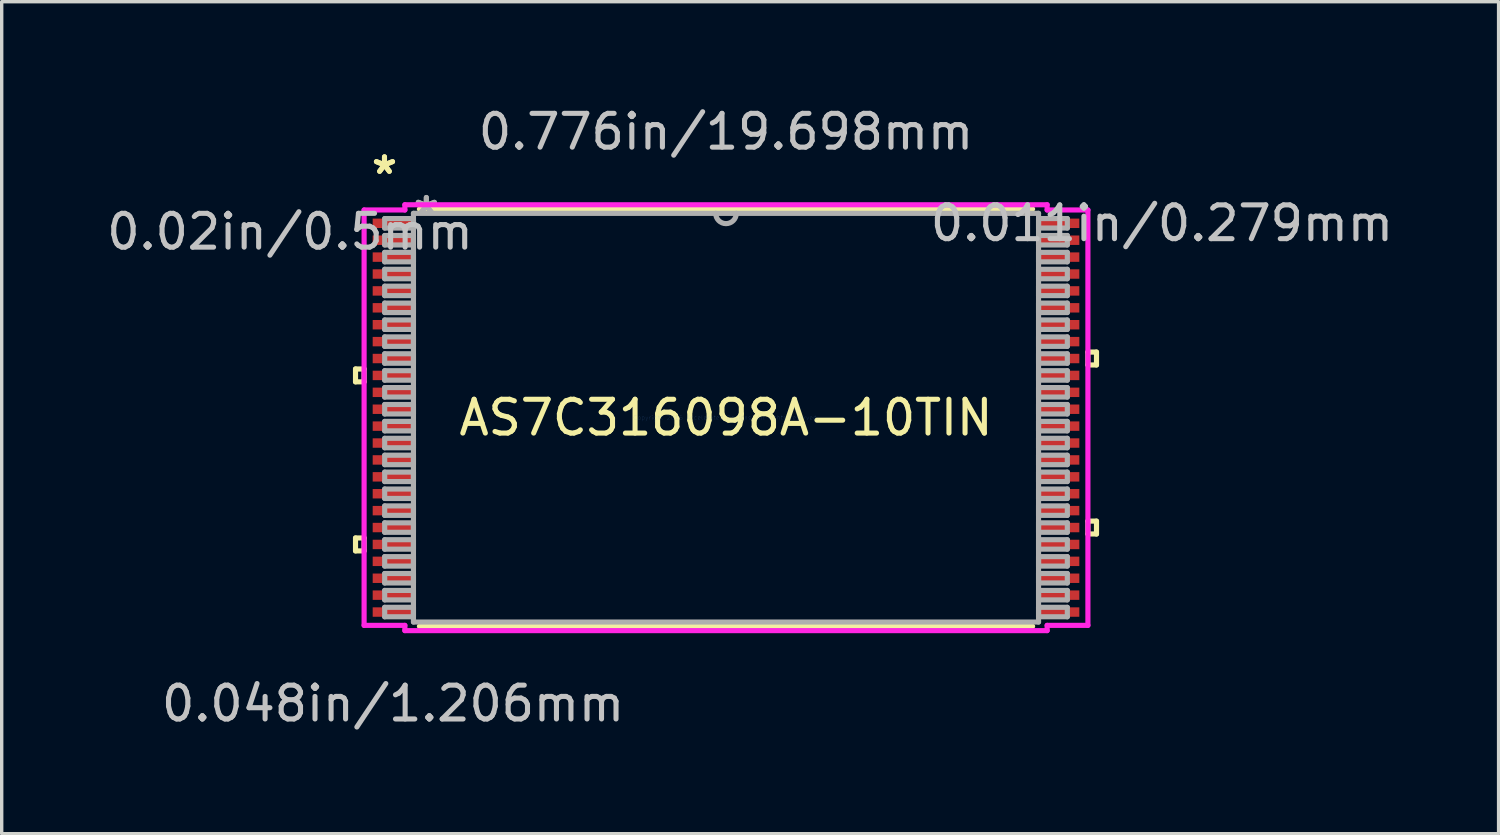
<source format=kicad_pcb>
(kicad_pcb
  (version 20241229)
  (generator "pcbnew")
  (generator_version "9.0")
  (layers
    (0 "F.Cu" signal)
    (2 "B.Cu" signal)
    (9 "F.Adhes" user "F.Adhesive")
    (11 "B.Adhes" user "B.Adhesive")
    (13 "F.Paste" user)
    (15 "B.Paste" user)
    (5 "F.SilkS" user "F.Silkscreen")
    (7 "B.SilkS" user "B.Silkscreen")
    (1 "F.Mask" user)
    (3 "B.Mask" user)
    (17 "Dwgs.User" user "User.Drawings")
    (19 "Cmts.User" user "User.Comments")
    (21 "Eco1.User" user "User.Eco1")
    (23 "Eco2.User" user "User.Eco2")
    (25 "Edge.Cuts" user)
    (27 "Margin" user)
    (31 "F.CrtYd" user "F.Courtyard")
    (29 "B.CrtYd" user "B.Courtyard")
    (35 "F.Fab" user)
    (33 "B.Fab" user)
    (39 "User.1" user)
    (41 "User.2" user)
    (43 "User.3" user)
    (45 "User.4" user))
  (footprint "AS7C316098A-10TIN"
    (layer "F.Cu")
    (at 18.427 9.306)
    (property "Reference" "AS7C316098A-10TIN" (at 0 0 0) (layer "F.SilkS") (effects (font (size 1 1) (thickness 0.15))))
    (attr through_hole)
    (fp_line (start -10.96 -1.44) (end -10.96 -1.06) (stroke (width 0.152) (type solid)) (layer "F.SilkS"))
    (fp_line (start -10.96 -1.06) (end -10.706 -1.06) (stroke (width 0.152) (type solid)) (layer "F.SilkS"))
    (fp_line (start -10.96 3.559) (end -10.96 3.941) (stroke (width 0.152) (type solid)) (layer "F.SilkS"))
    (fp_line (start -10.96 3.941) (end -10.706 3.941) (stroke (width 0.152) (type solid)) (layer "F.SilkS"))
    (fp_line (start -10.706 -1.44) (end -10.96 -1.44) (stroke (width 0.152) (type solid)) (layer "F.SilkS"))
    (fp_line (start -10.706 -1.06) (end -10.706 -1.44) (stroke (width 0.152) (type solid)) (layer "F.SilkS"))
    (fp_line (start -10.706 3.559) (end -10.96 3.559) (stroke (width 0.152) (type solid)) (layer "F.SilkS"))
    (fp_line (start -10.706 3.941) (end -10.706 3.559) (stroke (width 0.152) (type solid)) (layer "F.SilkS"))
    (fp_line (start -9.07 6.172) (end 9.07 6.172) (stroke (width 0.152) (type solid)) (layer "F.SilkS"))
    (fp_line (start 9.07 -6.172) (end -9.07 -6.172) (stroke (width 0.152) (type solid)) (layer "F.SilkS"))
    (fp_line (start 10.706 -1.941) (end 10.96 -1.941) (stroke (width 0.152) (type solid)) (layer "F.SilkS"))
    (fp_line (start 10.706 -1.56) (end 10.706 -1.941) (stroke (width 0.152) (type solid)) (layer "F.SilkS"))
    (fp_line (start 10.706 3.06) (end 10.96 3.06) (stroke (width 0.152) (type solid)) (layer "F.SilkS"))
    (fp_line (start 10.706 3.441) (end 10.706 3.06) (stroke (width 0.152) (type solid)) (layer "F.SilkS"))
    (fp_line (start 10.96 -1.941) (end 10.96 -1.56) (stroke (width 0.152) (type solid)) (layer "F.SilkS"))
    (fp_line (start 10.96 -1.56) (end 10.706 -1.56) (stroke (width 0.152) (type solid)) (layer "F.SilkS"))
    (fp_line (start 10.96 3.06) (end 10.96 3.441) (stroke (width 0.152) (type solid)) (layer "F.SilkS"))
    (fp_line (start 10.96 3.441) (end 10.706 3.441) (stroke (width 0.152) (type solid)) (layer "F.SilkS"))
    (fp_line (start -10.706 -6.144) (end -9.5 -6.144) (stroke (width 0.152) (type solid)) (layer "F.CrtYd"))
    (fp_line (start -10.706 6.144) (end -10.706 -6.144) (stroke (width 0.152) (type solid)) (layer "F.CrtYd"))
    (fp_line (start -9.5 -6.299) (end 9.5 -6.299) (stroke (width 0.152) (type solid)) (layer "F.CrtYd"))
    (fp_line (start -9.5 -6.144) (end -9.5 -6.299) (stroke (width 0.152) (type solid)) (layer "F.CrtYd"))
    (fp_line (start -9.5 6.144) (end -10.706 6.144) (stroke (width 0.152) (type solid)) (layer "F.CrtYd"))
    (fp_line (start -9.5 6.299) (end -9.5 6.144) (stroke (width 0.152) (type solid)) (layer "F.CrtYd"))
    (fp_line (start 9.5 -6.299) (end 9.5 -6.144) (stroke (width 0.152) (type solid)) (layer "F.CrtYd"))
    (fp_line (start 9.5 -6.144) (end 10.706 -6.144) (stroke (width 0.152) (type solid)) (layer "F.CrtYd"))
    (fp_line (start 9.5 6.144) (end 9.5 6.299) (stroke (width 0.152) (type solid)) (layer "F.CrtYd"))
    (fp_line (start 9.5 6.299) (end -9.5 6.299) (stroke (width 0.152) (type solid)) (layer "F.CrtYd"))
    (fp_line (start 10.706 -6.144) (end 10.706 6.144) (stroke (width 0.152) (type solid)) (layer "F.CrtYd"))
    (fp_line (start 10.706 6.144) (end 9.5 6.144) (stroke (width 0.152) (type solid)) (layer "F.CrtYd"))
    (fp_line (start -10.097 -5.89) (end -10.097 -5.61) (stroke (width 0.152) (type solid)) (layer "F.Fab"))
    (fp_line (start -10.097 -5.61) (end -9.246 -5.61) (stroke (width 0.152) (type solid)) (layer "F.Fab"))
    (fp_line (start -10.097 -5.39) (end -10.097 -5.11) (stroke (width 0.152) (type solid)) (layer "F.Fab"))
    (fp_line (start -10.097 -5.11) (end -9.246 -5.11) (stroke (width 0.152) (type solid)) (layer "F.Fab"))
    (fp_line (start -10.097 -4.89) (end -10.097 -4.61) (stroke (width 0.152) (type solid)) (layer "F.Fab"))
    (fp_line (start -10.097 -4.61) (end -9.246 -4.61) (stroke (width 0.152) (type solid)) (layer "F.Fab"))
    (fp_line (start -10.097 -4.39) (end -10.097 -4.11) (stroke (width 0.152) (type solid)) (layer "F.Fab"))
    (fp_line (start -10.097 -4.11) (end -9.246 -4.11) (stroke (width 0.152) (type solid)) (layer "F.Fab"))
    (fp_line (start -10.097 -3.89) (end -10.097 -3.61) (stroke (width 0.152) (type solid)) (layer "F.Fab"))
    (fp_line (start -10.097 -3.61) (end -9.246 -3.61) (stroke (width 0.152) (type solid)) (layer "F.Fab"))
    (fp_line (start -10.097 -3.39) (end -10.097 -3.11) (stroke (width 0.152) (type solid)) (layer "F.Fab"))
    (fp_line (start -10.097 -3.11) (end -9.246 -3.11) (stroke (width 0.152) (type solid)) (layer "F.Fab"))
    (fp_line (start -10.097 -2.89) (end -10.097 -2.61) (stroke (width 0.152) (type solid)) (layer "F.Fab"))
    (fp_line (start -10.097 -2.61) (end -9.246 -2.61) (stroke (width 0.152) (type solid)) (layer "F.Fab"))
    (fp_line (start -10.097 -2.39) (end -10.097 -2.11) (stroke (width 0.152) (type solid)) (layer "F.Fab"))
    (fp_line (start -10.097 -2.11) (end -9.246 -2.11) (stroke (width 0.152) (type solid)) (layer "F.Fab"))
    (fp_line (start -10.097 -1.89) (end -10.097 -1.61) (stroke (width 0.152) (type solid)) (layer "F.Fab"))
    (fp_line (start -10.097 -1.61) (end -9.246 -1.61) (stroke (width 0.152) (type solid)) (layer "F.Fab"))
    (fp_line (start -10.097 -1.39) (end -10.097 -1.11) (stroke (width 0.152) (type solid)) (layer "F.Fab"))
    (fp_line (start -10.097 -1.11) (end -9.246 -1.11) (stroke (width 0.152) (type solid)) (layer "F.Fab"))
    (fp_line (start -10.097 -0.89) (end -10.097 -0.61) (stroke (width 0.152) (type solid)) (layer "F.Fab"))
    (fp_line (start -10.097 -0.61) (end -9.246 -0.61) (stroke (width 0.152) (type solid)) (layer "F.Fab"))
    (fp_line (start -10.097 -0.39) (end -10.097 -0.11) (stroke (width 0.152) (type solid)) (layer "F.Fab"))
    (fp_line (start -10.097 -0.11) (end -9.246 -0.11) (stroke (width 0.152) (type solid)) (layer "F.Fab"))
    (fp_line (start -10.097 0.11) (end -10.097 0.39) (stroke (width 0.152) (type solid)) (layer "F.Fab"))
    (fp_line (start -10.097 0.39) (end -9.246 0.39) (stroke (width 0.152) (type solid)) (layer "F.Fab"))
    (fp_line (start -10.097 0.61) (end -10.097 0.89) (stroke (width 0.152) (type solid)) (layer "F.Fab"))
    (fp_line (start -10.097 0.89) (end -9.246 0.89) (stroke (width 0.152) (type solid)) (layer "F.Fab"))
    (fp_line (start -10.097 1.11) (end -10.097 1.39) (stroke (width 0.152) (type solid)) (layer "F.Fab"))
    (fp_line (start -10.097 1.39) (end -9.246 1.39) (stroke (width 0.152) (type solid)) (layer "F.Fab"))
    (fp_line (start -10.097 1.61) (end -10.097 1.89) (stroke (width 0.152) (type solid)) (layer "F.Fab"))
    (fp_line (start -10.097 1.89) (end -9.246 1.89) (stroke (width 0.152) (type solid)) (layer "F.Fab"))
    (fp_line (start -10.097 2.11) (end -10.097 2.39) (stroke (width 0.152) (type solid)) (layer "F.Fab"))
    (fp_line (start -10.097 2.39) (end -9.246 2.39) (stroke (width 0.152) (type solid)) (layer "F.Fab"))
    (fp_line (start -10.097 2.61) (end -10.097 2.89) (stroke (width 0.152) (type solid)) (layer "F.Fab"))
    (fp_line (start -10.097 2.89) (end -9.246 2.89) (stroke (width 0.152) (type solid)) (layer "F.Fab"))
    (fp_line (start -10.097 3.11) (end -10.097 3.39) (stroke (width 0.152) (type solid)) (layer "F.Fab"))
    (fp_line (start -10.097 3.39) (end -9.246 3.39) (stroke (width 0.152) (type solid)) (layer "F.Fab"))
    (fp_line (start -10.097 3.61) (end -10.097 3.89) (stroke (width 0.152) (type solid)) (layer "F.Fab"))
    (fp_line (start -10.097 3.89) (end -9.246 3.89) (stroke (width 0.152) (type solid)) (layer "F.Fab"))
    (fp_line (start -10.097 4.11) (end -10.097 4.39) (stroke (width 0.152) (type solid)) (layer "F.Fab"))
    (fp_line (start -10.097 4.39) (end -9.246 4.39) (stroke (width 0.152) (type solid)) (layer "F.Fab"))
    (fp_line (start -10.097 4.61) (end -10.097 4.89) (stroke (width 0.152) (type solid)) (layer "F.Fab"))
    (fp_line (start -10.097 4.89) (end -9.246 4.89) (stroke (width 0.152) (type solid)) (layer "F.Fab"))
    (fp_line (start -10.097 5.11) (end -10.097 5.39) (stroke (width 0.152) (type solid)) (layer "F.Fab"))
    (fp_line (start -10.097 5.39) (end -9.246 5.39) (stroke (width 0.152) (type solid)) (layer "F.Fab"))
    (fp_line (start -10.097 5.61) (end -10.097 5.89) (stroke (width 0.152) (type solid)) (layer "F.Fab"))
    (fp_line (start -10.097 5.89) (end -9.246 5.89) (stroke (width 0.152) (type solid)) (layer "F.Fab"))
    (fp_line (start -9.246 -6.045) (end -9.246 6.045) (stroke (width 0.152) (type solid)) (layer "F.Fab"))
    (fp_line (start -9.246 -5.89) (end -10.097 -5.89) (stroke (width 0.152) (type solid)) (layer "F.Fab"))
    (fp_line (start -9.246 -5.61) (end -9.246 -5.89) (stroke (width 0.152) (type solid)) (layer "F.Fab"))
    (fp_line (start -9.246 -5.39) (end -10.097 -5.39) (stroke (width 0.152) (type solid)) (layer "F.Fab"))
    (fp_line (start -9.246 -5.11) (end -9.246 -5.39) (stroke (width 0.152) (type solid)) (layer "F.Fab"))
    (fp_line (start -9.246 -4.89) (end -10.097 -4.89) (stroke (width 0.152) (type solid)) (layer "F.Fab"))
    (fp_line (start -9.246 -4.61) (end -9.246 -4.89) (stroke (width 0.152) (type solid)) (layer "F.Fab"))
    (fp_line (start -9.246 -4.39) (end -10.097 -4.39) (stroke (width 0.152) (type solid)) (layer "F.Fab"))
    (fp_line (start -9.246 -4.11) (end -9.246 -4.39) (stroke (width 0.152) (type solid)) (layer "F.Fab"))
    (fp_line (start -9.246 -3.89) (end -10.097 -3.89) (stroke (width 0.152) (type solid)) (layer "F.Fab"))
    (fp_line (start -9.246 -3.61) (end -9.246 -3.89) (stroke (width 0.152) (type solid)) (layer "F.Fab"))
    (fp_line (start -9.246 -3.39) (end -10.097 -3.39) (stroke (width 0.152) (type solid)) (layer "F.Fab"))
    (fp_line (start -9.246 -3.11) (end -9.246 -3.39) (stroke (width 0.152) (type solid)) (layer "F.Fab"))
    (fp_line (start -9.246 -2.89) (end -10.097 -2.89) (stroke (width 0.152) (type solid)) (layer "F.Fab"))
    (fp_line (start -9.246 -2.61) (end -9.246 -2.89) (stroke (width 0.152) (type solid)) (layer "F.Fab"))
    (fp_line (start -9.246 -2.39) (end -10.097 -2.39) (stroke (width 0.152) (type solid)) (layer "F.Fab"))
    (fp_line (start -9.246 -2.11) (end -9.246 -2.39) (stroke (width 0.152) (type solid)) (layer "F.Fab"))
    (fp_line (start -9.246 -1.89) (end -10.097 -1.89) (stroke (width 0.152) (type solid)) (layer "F.Fab"))
    (fp_line (start -9.246 -1.61) (end -9.246 -1.89) (stroke (width 0.152) (type solid)) (layer "F.Fab"))
    (fp_line (start -9.246 -1.39) (end -10.097 -1.39) (stroke (width 0.152) (type solid)) (layer "F.Fab"))
    (fp_line (start -9.246 -1.11) (end -9.246 -1.39) (stroke (width 0.152) (type solid)) (layer "F.Fab"))
    (fp_line (start -9.246 -0.89) (end -10.097 -0.89) (stroke (width 0.152) (type solid)) (layer "F.Fab"))
    (fp_line (start -9.246 -0.61) (end -9.246 -0.89) (stroke (width 0.152) (type solid)) (layer "F.Fab"))
    (fp_line (start -9.246 -0.39) (end -10.097 -0.39) (stroke (width 0.152) (type solid)) (layer "F.Fab"))
    (fp_line (start -9.246 -0.11) (end -9.246 -0.39) (stroke (width 0.152) (type solid)) (layer "F.Fab"))
    (fp_line (start -9.246 0.11) (end -10.097 0.11) (stroke (width 0.152) (type solid)) (layer "F.Fab"))
    (fp_line (start -9.246 0.39) (end -9.246 0.11) (stroke (width 0.152) (type solid)) (layer "F.Fab"))
    (fp_line (start -9.246 0.61) (end -10.097 0.61) (stroke (width 0.152) (type solid)) (layer "F.Fab"))
    (fp_line (start -9.246 0.89) (end -9.246 0.61) (stroke (width 0.152) (type solid)) (layer "F.Fab"))
    (fp_line (start -9.246 1.11) (end -10.097 1.11) (stroke (width 0.152) (type solid)) (layer "F.Fab"))
    (fp_line (start -9.246 1.39) (end -9.246 1.11) (stroke (width 0.152) (type solid)) (layer "F.Fab"))
    (fp_line (start -9.246 1.61) (end -10.097 1.61) (stroke (width 0.152) (type solid)) (layer "F.Fab"))
    (fp_line (start -9.246 1.89) (end -9.246 1.61) (stroke (width 0.152) (type solid)) (layer "F.Fab"))
    (fp_line (start -9.246 2.11) (end -10.097 2.11) (stroke (width 0.152) (type solid)) (layer "F.Fab"))
    (fp_line (start -9.246 2.39) (end -9.246 2.11) (stroke (width 0.152) (type solid)) (layer "F.Fab"))
    (fp_line (start -9.246 2.61) (end -10.097 2.61) (stroke (width 0.152) (type solid)) (layer "F.Fab"))
    (fp_line (start -9.246 2.89) (end -9.246 2.61) (stroke (width 0.152) (type solid)) (layer "F.Fab"))
    (fp_line (start -9.246 3.11) (end -10.097 3.11) (stroke (width 0.152) (type solid)) (layer "F.Fab"))
    (fp_line (start -9.246 3.39) (end -9.246 3.11) (stroke (width 0.152) (type solid)) (layer "F.Fab"))
    (fp_line (start -9.246 3.61) (end -10.097 3.61) (stroke (width 0.152) (type solid)) (layer "F.Fab"))
    (fp_line (start -9.246 3.89) (end -9.246 3.61) (stroke (width 0.152) (type solid)) (layer "F.Fab"))
    (fp_line (start -9.246 4.11) (end -10.097 4.11) (stroke (width 0.152) (type solid)) (layer "F.Fab"))
    (fp_line (start -9.246 4.39) (end -9.246 4.11) (stroke (width 0.152) (type solid)) (layer "F.Fab"))
    (fp_line (start -9.246 4.61) (end -10.097 4.61) (stroke (width 0.152) (type solid)) (layer "F.Fab"))
    (fp_line (start -9.246 4.89) (end -9.246 4.61) (stroke (width 0.152) (type solid)) (layer "F.Fab"))
    (fp_line (start -9.246 5.11) (end -10.097 5.11) (stroke (width 0.152) (type solid)) (layer "F.Fab"))
    (fp_line (start -9.246 5.39) (end -9.246 5.11) (stroke (width 0.152) (type solid)) (layer "F.Fab"))
    (fp_line (start -9.246 5.61) (end -10.097 5.61) (stroke (width 0.152) (type solid)) (layer "F.Fab"))
    (fp_line (start -9.246 5.89) (end -9.246 5.61) (stroke (width 0.152) (type solid)) (layer "F.Fab"))
    (fp_line (start -9.246 6.045) (end 9.246 6.045) (stroke (width 0.152) (type solid)) (layer "F.Fab"))
    (fp_line (start 9.246 -6.045) (end -9.246 -6.045) (stroke (width 0.152) (type solid)) (layer "F.Fab"))
    (fp_line (start 9.246 -5.89) (end 9.246 -5.61) (stroke (width 0.152) (type solid)) (layer "F.Fab"))
    (fp_line (start 9.246 -5.61) (end 10.097 -5.61) (stroke (width 0.152) (type solid)) (layer "F.Fab"))
    (fp_line (start 9.246 -5.39) (end 9.246 -5.11) (stroke (width 0.152) (type solid)) (layer "F.Fab"))
    (fp_line (start 9.246 -5.11) (end 10.097 -5.11) (stroke (width 0.152) (type solid)) (layer "F.Fab"))
    (fp_line (start 9.246 -4.89) (end 9.246 -4.61) (stroke (width 0.152) (type solid)) (layer "F.Fab"))
    (fp_line (start 9.246 -4.61) (end 10.097 -4.61) (stroke (width 0.152) (type solid)) (layer "F.Fab"))
    (fp_line (start 9.246 -4.39) (end 9.246 -4.11) (stroke (width 0.152) (type solid)) (layer "F.Fab"))
    (fp_line (start 9.246 -4.11) (end 10.097 -4.11) (stroke (width 0.152) (type solid)) (layer "F.Fab"))
    (fp_line (start 9.246 -3.89) (end 9.246 -3.61) (stroke (width 0.152) (type solid)) (layer "F.Fab"))
    (fp_line (start 9.246 -3.61) (end 10.097 -3.61) (stroke (width 0.152) (type solid)) (layer "F.Fab"))
    (fp_line (start 9.246 -3.39) (end 9.246 -3.11) (stroke (width 0.152) (type solid)) (layer "F.Fab"))
    (fp_line (start 9.246 -3.11) (end 10.097 -3.11) (stroke (width 0.152) (type solid)) (layer "F.Fab"))
    (fp_line (start 9.246 -2.89) (end 9.246 -2.61) (stroke (width 0.152) (type solid)) (layer "F.Fab"))
    (fp_line (start 9.246 -2.61) (end 10.097 -2.61) (stroke (width 0.152) (type solid)) (layer "F.Fab"))
    (fp_line (start 9.246 -2.39) (end 9.246 -2.11) (stroke (width 0.152) (type solid)) (layer "F.Fab"))
    (fp_line (start 9.246 -2.11) (end 10.097 -2.11) (stroke (width 0.152) (type solid)) (layer "F.Fab"))
    (fp_line (start 9.246 -1.89) (end 9.246 -1.61) (stroke (width 0.152) (type solid)) (layer "F.Fab"))
    (fp_line (start 9.246 -1.61) (end 10.097 -1.61) (stroke (width 0.152) (type solid)) (layer "F.Fab"))
    (fp_line (start 9.246 -1.39) (end 9.246 -1.11) (stroke (width 0.152) (type solid)) (layer "F.Fab"))
    (fp_line (start 9.246 -1.11) (end 10.097 -1.11) (stroke (width 0.152) (type solid)) (layer "F.Fab"))
    (fp_line (start 9.246 -0.89) (end 9.246 -0.61) (stroke (width 0.152) (type solid)) (layer "F.Fab"))
    (fp_line (start 9.246 -0.61) (end 10.097 -0.61) (stroke (width 0.152) (type solid)) (layer "F.Fab"))
    (fp_line (start 9.246 -0.39) (end 9.246 -0.11) (stroke (width 0.152) (type solid)) (layer "F.Fab"))
    (fp_line (start 9.246 -0.11) (end 10.097 -0.11) (stroke (width 0.152) (type solid)) (layer "F.Fab"))
    (fp_line (start 9.246 0.11) (end 9.246 0.39) (stroke (width 0.152) (type solid)) (layer "F.Fab"))
    (fp_line (start 9.246 0.39) (end 10.097 0.39) (stroke (width 0.152) (type solid)) (layer "F.Fab"))
    (fp_line (start 9.246 0.61) (end 9.246 0.89) (stroke (width 0.152) (type solid)) (layer "F.Fab"))
    (fp_line (start 9.246 0.89) (end 10.097 0.89) (stroke (width 0.152) (type solid)) (layer "F.Fab"))
    (fp_line (start 9.246 1.11) (end 9.246 1.39) (stroke (width 0.152) (type solid)) (layer "F.Fab"))
    (fp_line (start 9.246 1.39) (end 10.097 1.39) (stroke (width 0.152) (type solid)) (layer "F.Fab"))
    (fp_line (start 9.246 1.61) (end 9.246 1.89) (stroke (width 0.152) (type solid)) (layer "F.Fab"))
    (fp_line (start 9.246 1.89) (end 10.097 1.89) (stroke (width 0.152) (type solid)) (layer "F.Fab"))
    (fp_line (start 9.246 2.11) (end 9.246 2.39) (stroke (width 0.152) (type solid)) (layer "F.Fab"))
    (fp_line (start 9.246 2.39) (end 10.097 2.39) (stroke (width 0.152) (type solid)) (layer "F.Fab"))
    (fp_line (start 9.246 2.61) (end 9.246 2.89) (stroke (width 0.152) (type solid)) (layer "F.Fab"))
    (fp_line (start 9.246 2.89) (end 10.097 2.89) (stroke (width 0.152) (type solid)) (layer "F.Fab"))
    (fp_line (start 9.246 3.11) (end 9.246 3.39) (stroke (width 0.152) (type solid)) (layer "F.Fab"))
    (fp_line (start 9.246 3.39) (end 10.097 3.39) (stroke (width 0.152) (type solid)) (layer "F.Fab"))
    (fp_line (start 9.246 3.61) (end 9.246 3.89) (stroke (width 0.152) (type solid)) (layer "F.Fab"))
    (fp_line (start 9.246 3.89) (end 10.097 3.89) (stroke (width 0.152) (type solid)) (layer "F.Fab"))
    (fp_line (start 9.246 4.11) (end 9.246 4.39) (stroke (width 0.152) (type solid)) (layer "F.Fab"))
    (fp_line (start 9.246 4.39) (end 10.097 4.39) (stroke (width 0.152) (type solid)) (layer "F.Fab"))
    (fp_line (start 9.246 4.61) (end 9.246 4.89) (stroke (width 0.152) (type solid)) (layer "F.Fab"))
    (fp_line (start 9.246 4.89) (end 10.097 4.89) (stroke (width 0.152) (type solid)) (layer "F.Fab"))
    (fp_line (start 9.246 5.11) (end 9.246 5.39) (stroke (width 0.152) (type solid)) (layer "F.Fab"))
    (fp_line (start 9.246 5.39) (end 10.097 5.39) (stroke (width 0.152) (type solid)) (layer "F.Fab"))
    (fp_line (start 9.246 5.61) (end 9.246 5.89) (stroke (width 0.152) (type solid)) (layer "F.Fab"))
    (fp_line (start 9.246 5.89) (end 10.097 5.89) (stroke (width 0.152) (type solid)) (layer "F.Fab"))
    (fp_line (start 9.246 6.045) (end 9.246 -6.045) (stroke (width 0.152) (type solid)) (layer "F.Fab"))
    (fp_line (start 10.097 -5.89) (end 9.246 -5.89) (stroke (width 0.152) (type solid)) (layer "F.Fab"))
    (fp_line (start 10.097 -5.61) (end 10.097 -5.89) (stroke (width 0.152) (type solid)) (layer "F.Fab"))
    (fp_line (start 10.097 -5.39) (end 9.246 -5.39) (stroke (width 0.152) (type solid)) (layer "F.Fab"))
    (fp_line (start 10.097 -5.11) (end 10.097 -5.39) (stroke (width 0.152) (type solid)) (layer "F.Fab"))
    (fp_line (start 10.097 -4.89) (end 9.246 -4.89) (stroke (width 0.152) (type solid)) (layer "F.Fab"))
    (fp_line (start 10.097 -4.61) (end 10.097 -4.89) (stroke (width 0.152) (type solid)) (layer "F.Fab"))
    (fp_line (start 10.097 -4.39) (end 9.246 -4.39) (stroke (width 0.152) (type solid)) (layer "F.Fab"))
    (fp_line (start 10.097 -4.11) (end 10.097 -4.39) (stroke (width 0.152) (type solid)) (layer "F.Fab"))
    (fp_line (start 10.097 -3.89) (end 9.246 -3.89) (stroke (width 0.152) (type solid)) (layer "F.Fab"))
    (fp_line (start 10.097 -3.61) (end 10.097 -3.89) (stroke (width 0.152) (type solid)) (layer "F.Fab"))
    (fp_line (start 10.097 -3.39) (end 9.246 -3.39) (stroke (width 0.152) (type solid)) (layer "F.Fab"))
    (fp_line (start 10.097 -3.11) (end 10.097 -3.39) (stroke (width 0.152) (type solid)) (layer "F.Fab"))
    (fp_line (start 10.097 -2.89) (end 9.246 -2.89) (stroke (width 0.152) (type solid)) (layer "F.Fab"))
    (fp_line (start 10.097 -2.61) (end 10.097 -2.89) (stroke (width 0.152) (type solid)) (layer "F.Fab"))
    (fp_line (start 10.097 -2.39) (end 9.246 -2.39) (stroke (width 0.152) (type solid)) (layer "F.Fab"))
    (fp_line (start 10.097 -2.11) (end 10.097 -2.39) (stroke (width 0.152) (type solid)) (layer "F.Fab"))
    (fp_line (start 10.097 -1.89) (end 9.246 -1.89) (stroke (width 0.152) (type solid)) (layer "F.Fab"))
    (fp_line (start 10.097 -1.61) (end 10.097 -1.89) (stroke (width 0.152) (type solid)) (layer "F.Fab"))
    (fp_line (start 10.097 -1.39) (end 9.246 -1.39) (stroke (width 0.152) (type solid)) (layer "F.Fab"))
    (fp_line (start 10.097 -1.11) (end 10.097 -1.39) (stroke (width 0.152) (type solid)) (layer "F.Fab"))
    (fp_line (start 10.097 -0.89) (end 9.246 -0.89) (stroke (width 0.152) (type solid)) (layer "F.Fab"))
    (fp_line (start 10.097 -0.61) (end 10.097 -0.89) (stroke (width 0.152) (type solid)) (layer "F.Fab"))
    (fp_line (start 10.097 -0.39) (end 9.246 -0.39) (stroke (width 0.152) (type solid)) (layer "F.Fab"))
    (fp_line (start 10.097 -0.11) (end 10.097 -0.39) (stroke (width 0.152) (type solid)) (layer "F.Fab"))
    (fp_line (start 10.097 0.11) (end 9.246 0.11) (stroke (width 0.152) (type solid)) (layer "F.Fab"))
    (fp_line (start 10.097 0.39) (end 10.097 0.11) (stroke (width 0.152) (type solid)) (layer "F.Fab"))
    (fp_line (start 10.097 0.61) (end 9.246 0.61) (stroke (width 0.152) (type solid)) (layer "F.Fab"))
    (fp_line (start 10.097 0.89) (end 10.097 0.61) (stroke (width 0.152) (type solid)) (layer "F.Fab"))
    (fp_line (start 10.097 1.11) (end 9.246 1.11) (stroke (width 0.152) (type solid)) (layer "F.Fab"))
    (fp_line (start 10.097 1.39) (end 10.097 1.11) (stroke (width 0.152) (type solid)) (layer "F.Fab"))
    (fp_line (start 10.097 1.61) (end 9.246 1.61) (stroke (width 0.152) (type solid)) (layer "F.Fab"))
    (fp_line (start 10.097 1.89) (end 10.097 1.61) (stroke (width 0.152) (type solid)) (layer "F.Fab"))
    (fp_line (start 10.097 2.11) (end 9.246 2.11) (stroke (width 0.152) (type solid)) (layer "F.Fab"))
    (fp_line (start 10.097 2.39) (end 10.097 2.11) (stroke (width 0.152) (type solid)) (layer "F.Fab"))
    (fp_line (start 10.097 2.61) (end 9.246 2.61) (stroke (width 0.152) (type solid)) (layer "F.Fab"))
    (fp_line (start 10.097 2.89) (end 10.097 2.61) (stroke (width 0.152) (type solid)) (layer "F.Fab"))
    (fp_line (start 10.097 3.11) (end 9.246 3.11) (stroke (width 0.152) (type solid)) (layer "F.Fab"))
    (fp_line (start 10.097 3.39) (end 10.097 3.11) (stroke (width 0.152) (type solid)) (layer "F.Fab"))
    (fp_line (start 10.097 3.61) (end 9.246 3.61) (stroke (width 0.152) (type solid)) (layer "F.Fab"))
    (fp_line (start 10.097 3.89) (end 10.097 3.61) (stroke (width 0.152) (type solid)) (layer "F.Fab"))
    (fp_line (start 10.097 4.11) (end 9.246 4.11) (stroke (width 0.152) (type solid)) (layer "F.Fab"))
    (fp_line (start 10.097 4.39) (end 10.097 4.11) (stroke (width 0.152) (type solid)) (layer "F.Fab"))
    (fp_line (start 10.097 4.61) (end 9.246 4.61) (stroke (width 0.152) (type solid)) (layer "F.Fab"))
    (fp_line (start 10.097 4.89) (end 10.097 4.61) (stroke (width 0.152) (type solid)) (layer "F.Fab"))
    (fp_line (start 10.097 5.11) (end 9.246 5.11) (stroke (width 0.152) (type solid)) (layer "F.Fab"))
    (fp_line (start 10.097 5.39) (end 10.097 5.11) (stroke (width 0.152) (type solid)) (layer "F.Fab"))
    (fp_line (start 10.097 5.61) (end 9.246 5.61) (stroke (width 0.152) (type solid)) (layer "F.Fab"))
    (fp_line (start 10.097 5.89) (end 10.097 5.61) (stroke (width 0.152) (type solid)) (layer "F.Fab"))
    (fp_arc (start 0.3048 -6.0452) (mid 0 -5.7404) (end -0.3048 -6.0452) (stroke (width 0.1524) (type solid)) (layer "F.Fab"))
    (fp_text user "*" (at -10.103 -7.172 0) (layer "F.SilkS") (effects (font (size 1 1) (thickness 0.15))))
    (fp_text user "*" (at -10.103 -7.172 0) (layer "F.SilkS") (effects (font (size 1 1) (thickness 0.15))))
    (fp_text user "0.048in/1.206mm" (at -9.849 8.458 0) (layer "Dwgs.User") (effects (font (size 1 1) (thickness 0.15))))
    (fp_text user "0.776in/19.698mm" (at 0 -8.458 0) (layer "Dwgs.User") (effects (font (size 1 1) (thickness 0.15))))
    (fp_text user "0.011in/0.279mm" (at 12.897 -5.75 0) (layer "Dwgs.User") (effects (font (size 1 1) (thickness 0.15))))
    (fp_text user "0.02in/0.5mm" (at -12.897 -5.5 0) (layer "Dwgs.User") (effects (font (size 1 1) (thickness 0.15))))
    (fp_text user "Copyright 2016 Accelerated Designs. All rights reserved." (at 0 0 0) (layer "Cmts.User") (effects (font (size 0.127 0.127) (thickness 0.002))))
    (fp_text user "*" (at -8.865 -5.969 0) (layer "F.Fab") (effects (font (size 1 1) (thickness 0.15))))
    (fp_text user "*" (at -8.865 -5.969 0) (layer "F.Fab") (effects (font (size 1 1) (thickness 0.15))))
    (pad "1" smd rect (at -9.849 -5.75) (size 1.206 0.279) (layers "F.Cu" "F.Mask" "F.Paste"))
    (pad "2" smd rect (at -9.849 -5.25) (size 1.206 0.279) (layers "F.Cu" "F.Mask" "F.Paste"))
    (pad "3" smd rect (at -9.849 -4.75) (size 1.206 0.279) (layers "F.Cu" "F.Mask" "F.Paste"))
    (pad "4" smd rect (at -9.849 -4.25) (size 1.206 0.279) (layers "F.Cu" "F.Mask" "F.Paste"))
    (pad "5" smd rect (at -9.849 -3.75) (size 1.206 0.279) (layers "F.Cu" "F.Mask" "F.Paste"))
    (pad "6" smd rect (at -9.849 -3.25) (size 1.206 0.279) (layers "F.Cu" "F.Mask" "F.Paste"))
    (pad "7" smd rect (at -9.849 -2.75) (size 1.206 0.279) (layers "F.Cu" "F.Mask" "F.Paste"))
    (pad "8" smd rect (at -9.849 -2.25) (size 1.206 0.279) (layers "F.Cu" "F.Mask" "F.Paste"))
    (pad "9" smd rect (at -9.849 -1.75) (size 1.206 0.279) (layers "F.Cu" "F.Mask" "F.Paste"))
    (pad "10" smd rect (at -9.849 -1.25) (size 1.206 0.279) (layers "F.Cu" "F.Mask" "F.Paste"))
    (pad "11" smd rect (at -9.849 -0.75) (size 1.206 0.279) (layers "F.Cu" "F.Mask" "F.Paste"))
    (pad "12" smd rect (at -9.849 -0.25) (size 1.206 0.279) (layers "F.Cu" "F.Mask" "F.Paste"))
    (pad "13" smd rect (at -9.849 0.25) (size 1.206 0.279) (layers "F.Cu" "F.Mask" "F.Paste"))
    (pad "14" smd rect (at -9.849 0.75) (size 1.206 0.279) (layers "F.Cu" "F.Mask" "F.Paste"))
    (pad "15" smd rect (at -9.849 1.25) (size 1.206 0.279) (layers "F.Cu" "F.Mask" "F.Paste"))
    (pad "16" smd rect (at -9.849 1.75) (size 1.206 0.279) (layers "F.Cu" "F.Mask" "F.Paste"))
    (pad "17" smd rect (at -9.849 2.25) (size 1.206 0.279) (layers "F.Cu" "F.Mask" "F.Paste"))
    (pad "18" smd rect (at -9.849 2.75) (size 1.206 0.279) (layers "F.Cu" "F.Mask" "F.Paste"))
    (pad "19" smd rect (at -9.849 3.25) (size 1.206 0.279) (layers "F.Cu" "F.Mask" "F.Paste"))
    (pad "20" smd rect (at -9.849 3.75) (size 1.206 0.279) (layers "F.Cu" "F.Mask" "F.Paste"))
    (pad "21" smd rect (at -9.849 4.25) (size 1.206 0.279) (layers "F.Cu" "F.Mask" "F.Paste"))
    (pad "22" smd rect (at -9.849 4.75) (size 1.206 0.279) (layers "F.Cu" "F.Mask" "F.Paste"))
    (pad "23" smd rect (at -9.849 5.25) (size 1.206 0.279) (layers "F.Cu" "F.Mask" "F.Paste"))
    (pad "24" smd rect (at -9.849 5.75) (size 1.206 0.279) (layers "F.Cu" "F.Mask" "F.Paste"))
    (pad "25" smd rect (at 9.849 5.75) (size 1.206 0.279) (layers "F.Cu" "F.Mask" "F.Paste"))
    (pad "26" smd rect (at 9.849 5.25) (size 1.206 0.279) (layers "F.Cu" "F.Mask" "F.Paste"))
    (pad "27" smd rect (at 9.849 4.75) (size 1.206 0.279) (layers "F.Cu" "F.Mask" "F.Paste"))
    (pad "28" smd rect (at 9.849 4.25) (size 1.206 0.279) (layers "F.Cu" "F.Mask" "F.Paste"))
    (pad "29" smd rect (at 9.849 3.75) (size 1.206 0.279) (layers "F.Cu" "F.Mask" "F.Paste"))
    (pad "30" smd rect (at 9.849 3.25) (size 1.206 0.279) (layers "F.Cu" "F.Mask" "F.Paste"))
    (pad "31" smd rect (at 9.849 2.75) (size 1.206 0.279) (layers "F.Cu" "F.Mask" "F.Paste"))
    (pad "32" smd rect (at 9.849 2.25) (size 1.206 0.279) (layers "F.Cu" "F.Mask" "F.Paste"))
    (pad "33" smd rect (at 9.849 1.75) (size 1.206 0.279) (layers "F.Cu" "F.Mask" "F.Paste"))
    (pad "34" smd rect (at 9.849 1.25) (size 1.206 0.279) (layers "F.Cu" "F.Mask" "F.Paste"))
    (pad "35" smd rect (at 9.849 0.75) (size 1.206 0.279) (layers "F.Cu" "F.Mask" "F.Paste"))
    (pad "36" smd rect (at 9.849 0.25) (size 1.206 0.279) (layers "F.Cu" "F.Mask" "F.Paste"))
    (pad "37" smd rect (at 9.849 -0.25) (size 1.206 0.279) (layers "F.Cu" "F.Mask" "F.Paste"))
    (pad "38" smd rect (at 9.849 -0.75) (size 1.206 0.279) (layers "F.Cu" "F.Mask" "F.Paste"))
    (pad "39" smd rect (at 9.849 -1.25) (size 1.206 0.279) (layers "F.Cu" "F.Mask" "F.Paste"))
    (pad "40" smd rect (at 9.849 -1.75) (size 1.206 0.279) (layers "F.Cu" "F.Mask" "F.Paste"))
    (pad "41" smd rect (at 9.849 -2.25) (size 1.206 0.279) (layers "F.Cu" "F.Mask" "F.Paste"))
    (pad "42" smd rect (at 9.849 -2.75) (size 1.206 0.279) (layers "F.Cu" "F.Mask" "F.Paste"))
    (pad "43" smd rect (at 9.849 -3.25) (size 1.206 0.279) (layers "F.Cu" "F.Mask" "F.Paste"))
    (pad "44" smd rect (at 9.849 -3.75) (size 1.206 0.279) (layers "F.Cu" "F.Mask" "F.Paste"))
    (pad "45" smd rect (at 9.849 -4.25) (size 1.206 0.279) (layers "F.Cu" "F.Mask" "F.Paste"))
    (pad "46" smd rect (at 9.849 -4.75) (size 1.206 0.279) (layers "F.Cu" "F.Mask" "F.Paste"))
    (pad "47" smd rect (at 9.849 -5.25) (size 1.206 0.279) (layers "F.Cu" "F.Mask" "F.Paste"))
    (pad "48" smd rect (at 9.849 -5.75) (size 1.206 0.279) (layers "F.Cu" "F.Mask" "F.Paste")))
  (gr_rect
    (start -3 -3)
    (end 41.282 21.613)
    (stroke (width 0.1) (type default))
    (fill no)
    (layer "Edge.Cuts")))
</source>
